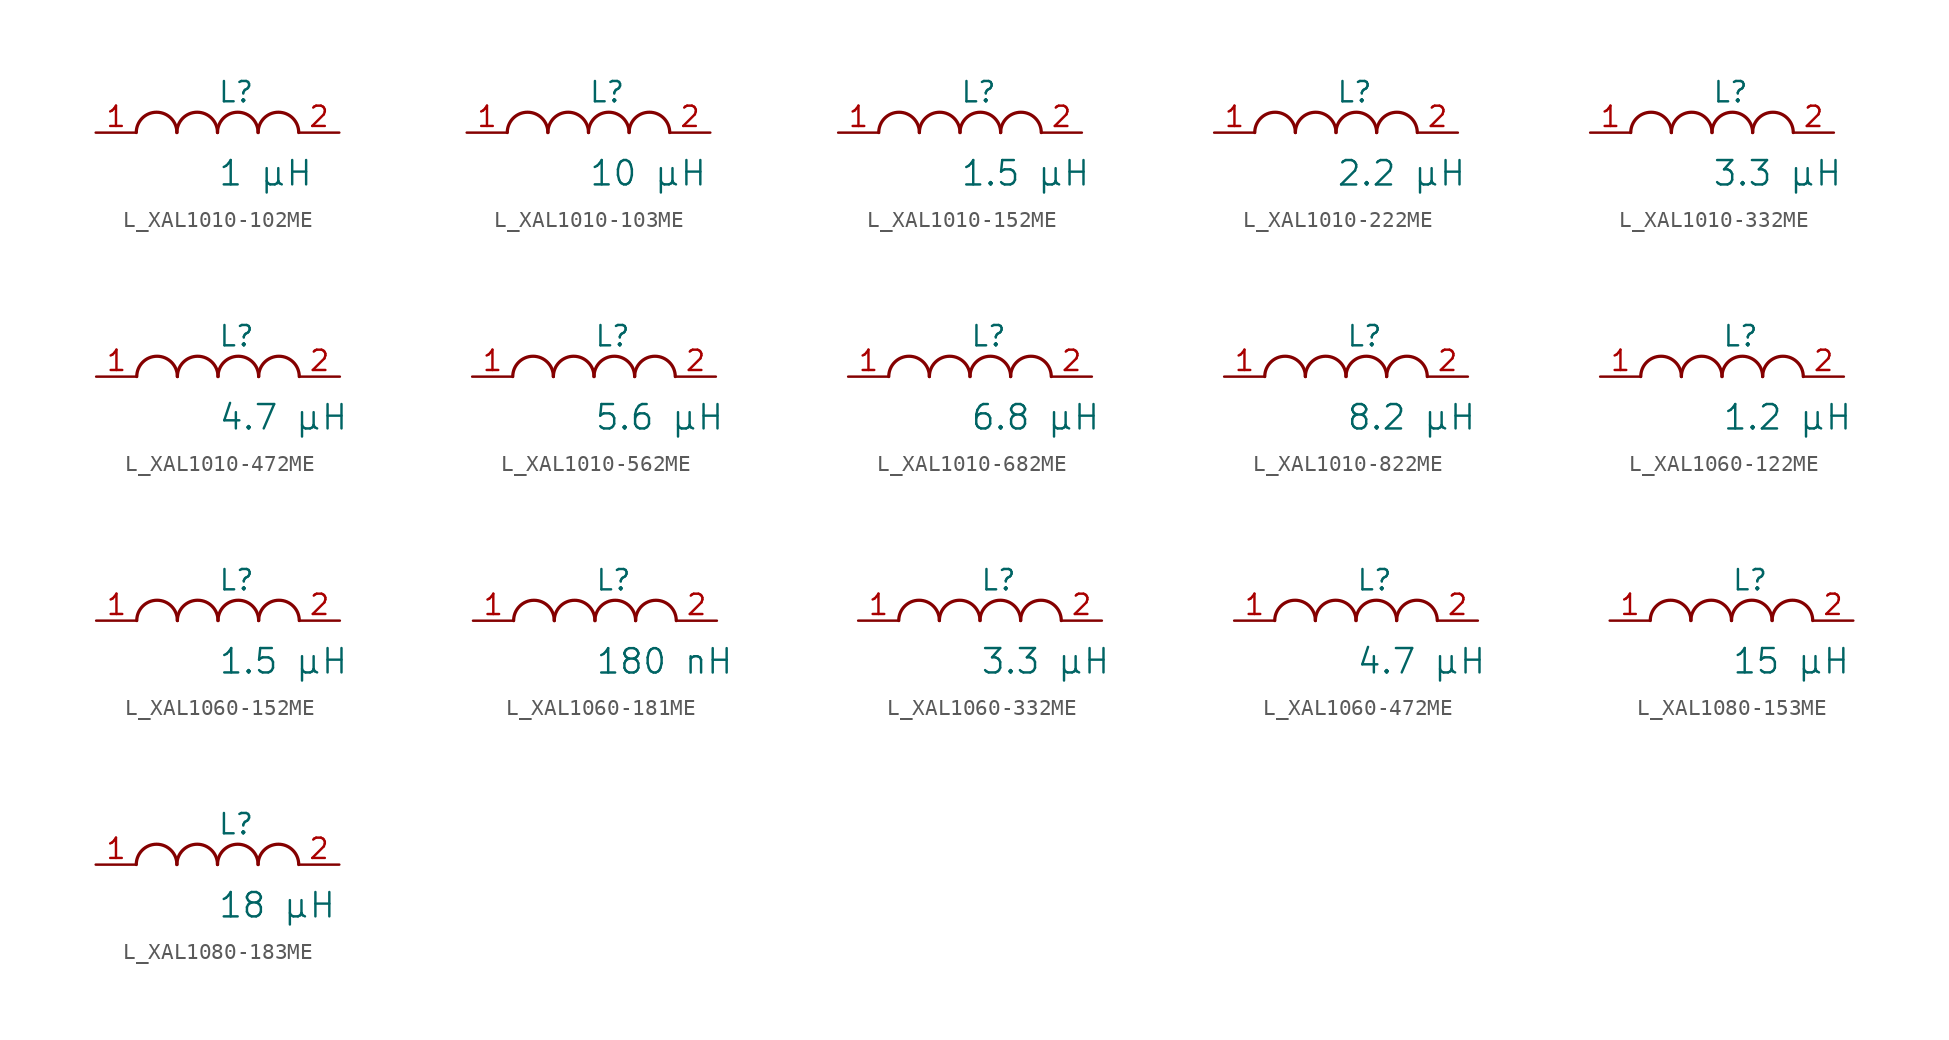
<source format=kicad_sym>
(kicad_symbol_lib
  (version 20231120)
  (generator "kicad_symbol_editor")
  (generator_version "8.0")
  (symbol "L_XAL1010-102ME"
    (pin_names
      (offset 0.254))
    (property "Reference" "L"
      (at 0 2.54 0)
      (effects (font (size 1.27 1.27)) (justify left)))
    (property "Value" "1 µH"
      (at 0 -2.54 0)
      (effects (font (size 1.524 1.524)) (justify left)))
    (symbol "L_XAL1010-102ME_1_1"
      (arc (start -2.54 0.0056) (mid -3.81 1.27) (end -5.08 0.0056) (stroke (width 0.2032) (type default)) (fill (type none)))
      (arc (start 0 0.0056) (mid -1.27 1.27) (end -2.54 0.0056) (stroke (width 0.2032) (type default)) (fill (type none)))
      (arc (start 2.54 0.0056) (mid 1.27 1.27) (end 0 0.0056) (stroke (width 0.2032) (type default)) (fill (type none)))
      (arc (start 5.08 0.0056) (mid 3.81 1.27) (end 2.54 0.0056) (stroke (width 0.2032) (type default)) (fill (type none)))
      (pin unspecified line (at -7.62 0 0) (length 2.54) (name "" (effects (font (size 1.27 1.27)))) (number "1" (effects (font (size 1.27 1.27)))))
      (pin unspecified line (at 7.62 0 180) (length 2.54) (name "" (effects (font (size 1.27 1.27)))) (number "2" (effects (font (size 1.27 1.27)))))))
  (symbol "L_XAL1010-103ME"
    (pin_names
      (offset 0.254))
    (property "Reference" "L"
      (at 0 2.54 0)
      (effects (font (size 1.27 1.27)) (justify left)))
    (property "Value" "10 µH"
      (at 0 -2.54 0)
      (effects (font (size 1.524 1.524)) (justify left)))
    (symbol "L_XAL1010-103ME_1_1"
      (arc (start -2.54 0.0056) (mid -3.81 1.27) (end -5.08 0.0056) (stroke (width 0.2032) (type default)) (fill (type none)))
      (arc (start 0 0.0056) (mid -1.27 1.27) (end -2.54 0.0056) (stroke (width 0.2032) (type default)) (fill (type none)))
      (arc (start 2.54 0.0056) (mid 1.27 1.27) (end 0 0.0056) (stroke (width 0.2032) (type default)) (fill (type none)))
      (arc (start 5.08 0.0056) (mid 3.81 1.27) (end 2.54 0.0056) (stroke (width 0.2032) (type default)) (fill (type none)))
      (pin unspecified line (at -7.62 0 0) (length 2.54) (name "" (effects (font (size 1.27 1.27)))) (number "1" (effects (font (size 1.27 1.27)))))
      (pin unspecified line (at 7.62 0 180) (length 2.54) (name "" (effects (font (size 1.27 1.27)))) (number "2" (effects (font (size 1.27 1.27)))))))
  (symbol "L_XAL1010-152ME"
    (pin_names
      (offset 0.254))
    (property "Reference" "L"
      (at 0 2.54 0)
      (effects (font (size 1.27 1.27)) (justify left)))
    (property "Value" "1.5 µH"
      (at 0 -2.54 0)
      (effects (font (size 1.524 1.524)) (justify left)))
    (symbol "L_XAL1010-152ME_1_1"
      (arc (start -2.54 0.0056) (mid -3.81 1.27) (end -5.08 0.0056) (stroke (width 0.2032) (type default)) (fill (type none)))
      (arc (start 0 0.0056) (mid -1.27 1.27) (end -2.54 0.0056) (stroke (width 0.2032) (type default)) (fill (type none)))
      (arc (start 2.54 0.0056) (mid 1.27 1.27) (end 0 0.0056) (stroke (width 0.2032) (type default)) (fill (type none)))
      (arc (start 5.08 0.0056) (mid 3.81 1.27) (end 2.54 0.0056) (stroke (width 0.2032) (type default)) (fill (type none)))
      (pin unspecified line (at -7.62 0 0) (length 2.54) (name "" (effects (font (size 1.27 1.27)))) (number "1" (effects (font (size 1.27 1.27)))))
      (pin unspecified line (at 7.62 0 180) (length 2.54) (name "" (effects (font (size 1.27 1.27)))) (number "2" (effects (font (size 1.27 1.27)))))))
  (symbol "L_XAL1010-222ME"
    (pin_names
      (offset 0.254))
    (property "Reference" "L"
      (at 0 2.54 0)
      (effects (font (size 1.27 1.27)) (justify left)))
    (property "Value" "2.2 µH"
      (at 0 -2.54 0)
      (effects (font (size 1.524 1.524)) (justify left)))
    (symbol "L_XAL1010-222ME_1_1"
      (arc (start -2.54 0.0056) (mid -3.81 1.27) (end -5.08 0.0056) (stroke (width 0.2032) (type default)) (fill (type none)))
      (arc (start 0 0.0056) (mid -1.27 1.27) (end -2.54 0.0056) (stroke (width 0.2032) (type default)) (fill (type none)))
      (arc (start 2.54 0.0056) (mid 1.27 1.27) (end 0 0.0056) (stroke (width 0.2032) (type default)) (fill (type none)))
      (arc (start 5.08 0.0056) (mid 3.81 1.27) (end 2.54 0.0056) (stroke (width 0.2032) (type default)) (fill (type none)))
      (pin unspecified line (at -7.62 0 0) (length 2.54) (name "" (effects (font (size 1.27 1.27)))) (number "1" (effects (font (size 1.27 1.27)))))
      (pin unspecified line (at 7.62 0 180) (length 2.54) (name "" (effects (font (size 1.27 1.27)))) (number "2" (effects (font (size 1.27 1.27)))))))
  (symbol "L_XAL1010-332ME"
    (pin_names
      (offset 0.254))
    (property "Reference" "L"
      (at 0 2.54 0)
      (effects (font (size 1.27 1.27)) (justify left)))
    (property "Value" "3.3 µH"
      (at 0 -2.54 0)
      (effects (font (size 1.524 1.524)) (justify left)))
    (symbol "L_XAL1010-332ME_1_1"
      (arc (start -2.54 0.0056) (mid -3.81 1.27) (end -5.08 0.0056) (stroke (width 0.2032) (type default)) (fill (type none)))
      (arc (start 0 0.0056) (mid -1.27 1.27) (end -2.54 0.0056) (stroke (width 0.2032) (type default)) (fill (type none)))
      (arc (start 2.54 0.0056) (mid 1.27 1.27) (end 0 0.0056) (stroke (width 0.2032) (type default)) (fill (type none)))
      (arc (start 5.08 0.0056) (mid 3.81 1.27) (end 2.54 0.0056) (stroke (width 0.2032) (type default)) (fill (type none)))
      (pin unspecified line (at -7.62 0 0) (length 2.54) (name "" (effects (font (size 1.27 1.27)))) (number "1" (effects (font (size 1.27 1.27)))))
      (pin unspecified line (at 7.62 0 180) (length 2.54) (name "" (effects (font (size 1.27 1.27)))) (number "2" (effects (font (size 1.27 1.27)))))))
  (symbol "L_XAL1010-472ME"
    (pin_names
      (offset 0.254))
    (property "Reference" "L"
      (at 0 2.54 0)
      (effects (font (size 1.27 1.27)) (justify left)))
    (property "Value" "4.7 µH"
      (at 0 -2.54 0)
      (effects (font (size 1.524 1.524)) (justify left)))
    (symbol "L_XAL1010-472ME_1_1"
      (arc (start -2.54 0.0056) (mid -3.81 1.27) (end -5.08 0.0056) (stroke (width 0.2032) (type default)) (fill (type none)))
      (arc (start 0 0.0056) (mid -1.27 1.27) (end -2.54 0.0056) (stroke (width 0.2032) (type default)) (fill (type none)))
      (arc (start 2.54 0.0056) (mid 1.27 1.27) (end 0 0.0056) (stroke (width 0.2032) (type default)) (fill (type none)))
      (arc (start 5.08 0.0056) (mid 3.81 1.27) (end 2.54 0.0056) (stroke (width 0.2032) (type default)) (fill (type none)))
      (pin unspecified line (at -7.62 0 0) (length 2.54) (name "" (effects (font (size 1.27 1.27)))) (number "1" (effects (font (size 1.27 1.27)))))
      (pin unspecified line (at 7.62 0 180) (length 2.54) (name "" (effects (font (size 1.27 1.27)))) (number "2" (effects (font (size 1.27 1.27)))))))
  (symbol "L_XAL1010-562ME"
    (pin_names
      (offset 0.254))
    (property "Reference" "L"
      (at 0 2.54 0)
      (effects (font (size 1.27 1.27)) (justify left)))
    (property "Value" "5.6 µH"
      (at 0 -2.54 0)
      (effects (font (size 1.524 1.524)) (justify left)))
    (symbol "L_XAL1010-562ME_1_1"
      (arc (start -2.54 0.0056) (mid -3.81 1.27) (end -5.08 0.0056) (stroke (width 0.2032) (type default)) (fill (type none)))
      (arc (start 0 0.0056) (mid -1.27 1.27) (end -2.54 0.0056) (stroke (width 0.2032) (type default)) (fill (type none)))
      (arc (start 2.54 0.0056) (mid 1.27 1.27) (end 0 0.0056) (stroke (width 0.2032) (type default)) (fill (type none)))
      (arc (start 5.08 0.0056) (mid 3.81 1.27) (end 2.54 0.0056) (stroke (width 0.2032) (type default)) (fill (type none)))
      (pin unspecified line (at -7.62 0 0) (length 2.54) (name "" (effects (font (size 1.27 1.27)))) (number "1" (effects (font (size 1.27 1.27)))))
      (pin unspecified line (at 7.62 0 180) (length 2.54) (name "" (effects (font (size 1.27 1.27)))) (number "2" (effects (font (size 1.27 1.27)))))))
  (symbol "L_XAL1010-682ME"
    (pin_names
      (offset 0.254))
    (property "Reference" "L"
      (at 0 2.54 0)
      (effects (font (size 1.27 1.27)) (justify left)))
    (property "Value" "6.8 µH"
      (at 0 -2.54 0)
      (effects (font (size 1.524 1.524)) (justify left)))
    (symbol "L_XAL1010-682ME_1_1"
      (arc (start -2.54 0.0056) (mid -3.81 1.27) (end -5.08 0.0056) (stroke (width 0.2032) (type default)) (fill (type none)))
      (arc (start 0 0.0056) (mid -1.27 1.27) (end -2.54 0.0056) (stroke (width 0.2032) (type default)) (fill (type none)))
      (arc (start 2.54 0.0056) (mid 1.27 1.27) (end 0 0.0056) (stroke (width 0.2032) (type default)) (fill (type none)))
      (arc (start 5.08 0.0056) (mid 3.81 1.27) (end 2.54 0.0056) (stroke (width 0.2032) (type default)) (fill (type none)))
      (pin unspecified line (at -7.62 0 0) (length 2.54) (name "" (effects (font (size 1.27 1.27)))) (number "1" (effects (font (size 1.27 1.27)))))
      (pin unspecified line (at 7.62 0 180) (length 2.54) (name "" (effects (font (size 1.27 1.27)))) (number "2" (effects (font (size 1.27 1.27)))))))
  (symbol "L_XAL1010-822ME"
    (pin_names
      (offset 0.254))
    (property "Reference" "L"
      (at 0 2.54 0)
      (effects (font (size 1.27 1.27)) (justify left)))
    (property "Value" "8.2 µH"
      (at 0 -2.54 0)
      (effects (font (size 1.524 1.524)) (justify left)))
    (symbol "L_XAL1010-822ME_1_1"
      (arc (start -2.54 0.0056) (mid -3.81 1.27) (end -5.08 0.0056) (stroke (width 0.2032) (type default)) (fill (type none)))
      (arc (start 0 0.0056) (mid -1.27 1.27) (end -2.54 0.0056) (stroke (width 0.2032) (type default)) (fill (type none)))
      (arc (start 2.54 0.0056) (mid 1.27 1.27) (end 0 0.0056) (stroke (width 0.2032) (type default)) (fill (type none)))
      (arc (start 5.08 0.0056) (mid 3.81 1.27) (end 2.54 0.0056) (stroke (width 0.2032) (type default)) (fill (type none)))
      (pin unspecified line (at -7.62 0 0) (length 2.54) (name "" (effects (font (size 1.27 1.27)))) (number "1" (effects (font (size 1.27 1.27)))))
      (pin unspecified line (at 7.62 0 180) (length 2.54) (name "" (effects (font (size 1.27 1.27)))) (number "2" (effects (font (size 1.27 1.27)))))))
  (symbol "L_XAL1060-122ME"
    (pin_names
      (offset 0.254))
    (property "Reference" "L"
      (at 0 2.54 0)
      (effects (font (size 1.27 1.27)) (justify left)))
    (property "Value" "1.2 µH"
      (at 0 -2.54 0)
      (effects (font (size 1.524 1.524)) (justify left)))
    (symbol "L_XAL1060-122ME_1_1"
      (arc (start -2.54 0.0056) (mid -3.81 1.27) (end -5.08 0.0056) (stroke (width 0.2032) (type default)) (fill (type none)))
      (arc (start 0 0.0056) (mid -1.27 1.27) (end -2.54 0.0056) (stroke (width 0.2032) (type default)) (fill (type none)))
      (arc (start 2.54 0.0056) (mid 1.27 1.27) (end 0 0.0056) (stroke (width 0.2032) (type default)) (fill (type none)))
      (arc (start 5.08 0.0056) (mid 3.81 1.27) (end 2.54 0.0056) (stroke (width 0.2032) (type default)) (fill (type none)))
      (pin unspecified line (at -7.62 0 0) (length 2.54) (name "" (effects (font (size 1.27 1.27)))) (number "1" (effects (font (size 1.27 1.27)))))
      (pin unspecified line (at 7.62 0 180) (length 2.54) (name "" (effects (font (size 1.27 1.27)))) (number "2" (effects (font (size 1.27 1.27)))))))
  (symbol "L_XAL1060-152ME"
    (pin_names
      (offset 0.254))
    (property "Reference" "L"
      (at 0 2.54 0)
      (effects (font (size 1.27 1.27)) (justify left)))
    (property "Value" "1.5 µH"
      (at 0 -2.54 0)
      (effects (font (size 1.524 1.524)) (justify left)))
    (symbol "L_XAL1060-152ME_1_1"
      (arc (start -2.54 0.0056) (mid -3.81 1.27) (end -5.08 0.0056) (stroke (width 0.2032) (type default)) (fill (type none)))
      (arc (start 0 0.0056) (mid -1.27 1.27) (end -2.54 0.0056) (stroke (width 0.2032) (type default)) (fill (type none)))
      (arc (start 2.54 0.0056) (mid 1.27 1.27) (end 0 0.0056) (stroke (width 0.2032) (type default)) (fill (type none)))
      (arc (start 5.08 0.0056) (mid 3.81 1.27) (end 2.54 0.0056) (stroke (width 0.2032) (type default)) (fill (type none)))
      (pin unspecified line (at -7.62 0 0) (length 2.54) (name "" (effects (font (size 1.27 1.27)))) (number "1" (effects (font (size 1.27 1.27)))))
      (pin unspecified line (at 7.62 0 180) (length 2.54) (name "" (effects (font (size 1.27 1.27)))) (number "2" (effects (font (size 1.27 1.27)))))))
  (symbol "L_XAL1060-181ME"
    (pin_names
      (offset 0.254))
    (property "Reference" "L"
      (at 0 2.54 0)
      (effects (font (size 1.27 1.27)) (justify left)))
    (property "Value" "180 nH"
      (at 0 -2.54 0)
      (effects (font (size 1.524 1.524)) (justify left)))
    (symbol "L_XAL1060-181ME_1_1"
      (arc (start -2.54 0.0056) (mid -3.81 1.27) (end -5.08 0.0056) (stroke (width 0.2032) (type default)) (fill (type none)))
      (arc (start 0 0.0056) (mid -1.27 1.27) (end -2.54 0.0056) (stroke (width 0.2032) (type default)) (fill (type none)))
      (arc (start 2.54 0.0056) (mid 1.27 1.27) (end 0 0.0056) (stroke (width 0.2032) (type default)) (fill (type none)))
      (arc (start 5.08 0.0056) (mid 3.81 1.27) (end 2.54 0.0056) (stroke (width 0.2032) (type default)) (fill (type none)))
      (pin unspecified line (at -7.62 0 0) (length 2.54) (name "" (effects (font (size 1.27 1.27)))) (number "1" (effects (font (size 1.27 1.27)))))
      (pin unspecified line (at 7.62 0 180) (length 2.54) (name "" (effects (font (size 1.27 1.27)))) (number "2" (effects (font (size 1.27 1.27)))))))
  (symbol "L_XAL1060-332ME"
    (pin_names
      (offset 0.254))
    (property "Reference" "L"
      (at 0 2.54 0)
      (effects (font (size 1.27 1.27)) (justify left)))
    (property "Value" "3.3 µH"
      (at 0 -2.54 0)
      (effects (font (size 1.524 1.524)) (justify left)))
    (symbol "L_XAL1060-332ME_1_1"
      (arc (start -2.54 0.0056) (mid -3.81 1.27) (end -5.08 0.0056) (stroke (width 0.2032) (type default)) (fill (type none)))
      (arc (start 0 0.0056) (mid -1.27 1.27) (end -2.54 0.0056) (stroke (width 0.2032) (type default)) (fill (type none)))
      (arc (start 2.54 0.0056) (mid 1.27 1.27) (end 0 0.0056) (stroke (width 0.2032) (type default)) (fill (type none)))
      (arc (start 5.08 0.0056) (mid 3.81 1.27) (end 2.54 0.0056) (stroke (width 0.2032) (type default)) (fill (type none)))
      (pin unspecified line (at -7.62 0 0) (length 2.54) (name "" (effects (font (size 1.27 1.27)))) (number "1" (effects (font (size 1.27 1.27)))))
      (pin unspecified line (at 7.62 0 180) (length 2.54) (name "" (effects (font (size 1.27 1.27)))) (number "2" (effects (font (size 1.27 1.27)))))))
  (symbol "L_XAL1060-472ME"
    (pin_names
      (offset 0.254))
    (property "Reference" "L"
      (at 0 2.54 0)
      (effects (font (size 1.27 1.27)) (justify left)))
    (property "Value" "4.7 µH"
      (at 0 -2.54 0)
      (effects (font (size 1.524 1.524)) (justify left)))
    (symbol "L_XAL1060-472ME_1_1"
      (arc (start -2.54 0.0056) (mid -3.81 1.27) (end -5.08 0.0056) (stroke (width 0.2032) (type default)) (fill (type none)))
      (arc (start 0 0.0056) (mid -1.27 1.27) (end -2.54 0.0056) (stroke (width 0.2032) (type default)) (fill (type none)))
      (arc (start 2.54 0.0056) (mid 1.27 1.27) (end 0 0.0056) (stroke (width 0.2032) (type default)) (fill (type none)))
      (arc (start 5.08 0.0056) (mid 3.81 1.27) (end 2.54 0.0056) (stroke (width 0.2032) (type default)) (fill (type none)))
      (pin unspecified line (at -7.62 0 0) (length 2.54) (name "" (effects (font (size 1.27 1.27)))) (number "1" (effects (font (size 1.27 1.27)))))
      (pin unspecified line (at 7.62 0 180) (length 2.54) (name "" (effects (font (size 1.27 1.27)))) (number "2" (effects (font (size 1.27 1.27)))))))
  (symbol "L_XAL1080-153ME"
    (pin_names
      (offset 0.254))
    (property "Reference" "L"
      (at 0 2.54 0)
      (effects (font (size 1.27 1.27)) (justify left)))
    (property "Value" "15 µH"
      (at 0 -2.54 0)
      (effects (font (size 1.524 1.524)) (justify left)))
    (symbol "L_XAL1080-153ME_1_1"
      (arc (start -2.54 0.0056) (mid -3.81 1.27) (end -5.08 0.0056) (stroke (width 0.2032) (type default)) (fill (type none)))
      (arc (start 0 0.0056) (mid -1.27 1.27) (end -2.54 0.0056) (stroke (width 0.2032) (type default)) (fill (type none)))
      (arc (start 2.54 0.0056) (mid 1.27 1.27) (end 0 0.0056) (stroke (width 0.2032) (type default)) (fill (type none)))
      (arc (start 5.08 0.0056) (mid 3.81 1.27) (end 2.54 0.0056) (stroke (width 0.2032) (type default)) (fill (type none)))
      (pin unspecified line (at -7.62 0 0) (length 2.54) (name "" (effects (font (size 1.27 1.27)))) (number "1" (effects (font (size 1.27 1.27)))))
      (pin unspecified line (at 7.62 0 180) (length 2.54) (name "" (effects (font (size 1.27 1.27)))) (number "2" (effects (font (size 1.27 1.27)))))))
  (symbol "L_XAL1080-183ME"
    (pin_names
      (offset 0.254))
    (property "Reference" "L"
      (at 0 2.54 0)
      (effects (font (size 1.27 1.27)) (justify left)))
    (property "Value" "18 µH"
      (at 0 -2.54 0)
      (effects (font (size 1.524 1.524)) (justify left)))
    (symbol "L_XAL1080-183ME_1_1"
      (arc (start -2.54 0.0056) (mid -3.81 1.27) (end -5.08 0.0056) (stroke (width 0.2032) (type default)) (fill (type none)))
      (arc (start 0 0.0056) (mid -1.27 1.27) (end -2.54 0.0056) (stroke (width 0.2032) (type default)) (fill (type none)))
      (arc (start 2.54 0.0056) (mid 1.27 1.27) (end 0 0.0056) (stroke (width 0.2032) (type default)) (fill (type none)))
      (arc (start 5.08 0.0056) (mid 3.81 1.27) (end 2.54 0.0056) (stroke (width 0.2032) (type default)) (fill (type none)))
      (pin unspecified line (at -7.62 0 0) (length 2.54) (name "" (effects (font (size 1.27 1.27)))) (number "1" (effects (font (size 1.27 1.27)))))
      (pin unspecified line (at 7.62 0 180) (length 2.54) (name "" (effects (font (size 1.27 1.27)))) (number "2" (effects (font (size 1.27 1.27))))))))
</source>
